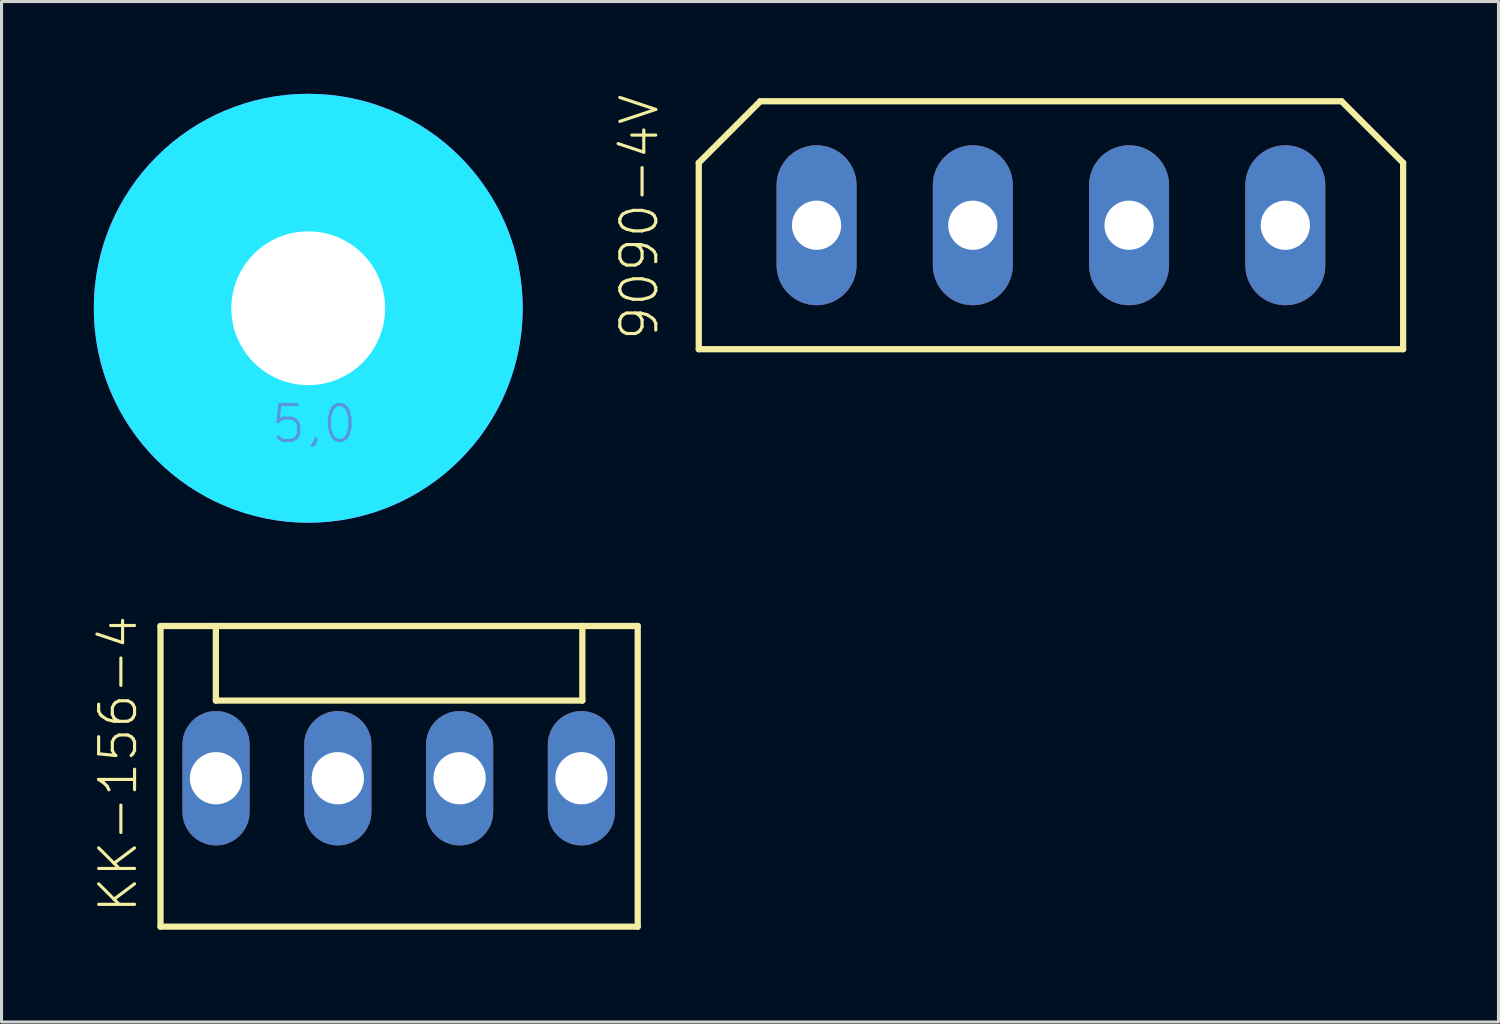
<source format=kicad_pcb>
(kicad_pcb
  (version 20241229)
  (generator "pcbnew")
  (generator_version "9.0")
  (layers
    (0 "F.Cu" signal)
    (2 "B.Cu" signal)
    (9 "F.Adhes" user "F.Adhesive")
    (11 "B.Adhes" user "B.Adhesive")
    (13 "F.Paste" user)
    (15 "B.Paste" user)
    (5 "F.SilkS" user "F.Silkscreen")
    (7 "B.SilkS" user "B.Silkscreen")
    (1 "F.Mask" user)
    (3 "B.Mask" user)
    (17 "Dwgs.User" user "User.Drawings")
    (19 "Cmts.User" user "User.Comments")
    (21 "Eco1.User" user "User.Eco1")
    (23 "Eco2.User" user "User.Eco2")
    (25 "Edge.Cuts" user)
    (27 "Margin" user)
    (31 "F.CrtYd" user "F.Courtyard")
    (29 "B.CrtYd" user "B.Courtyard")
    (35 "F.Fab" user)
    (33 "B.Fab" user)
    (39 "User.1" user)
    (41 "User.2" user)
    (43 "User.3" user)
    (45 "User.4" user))
  (footprint "9090-4V"
    (layer "F.Cu")
    (at 31.118 4.273)
    (property "Reference" "9090-4V" (at -12.7 3.81 90) (layer "F.SilkS") (effects (font (size 1.168 1.168) (thickness 0.102)) (justify left bottom)))
    (fp_line (start -11.45 -2.03) (end -9.45 -4.03) (stroke (width 0.203) (type solid)) (layer "F.SilkS"))
    (fp_line (start -11.45 4.03) (end -11.45 -2.03) (stroke (width 0.203) (type solid)) (layer "F.SilkS"))
    (fp_line (start -9.45 -4.03) (end 9.45 -4.03) (stroke (width 0.203) (type solid)) (layer "F.SilkS"))
    (fp_line (start 9.45 -4.03) (end 11.45 -2.03) (stroke (width 0.203) (type solid)) (layer "F.SilkS"))
    (fp_line (start 11.45 -2.03) (end 11.45 4.03) (stroke (width 0.203) (type solid)) (layer "F.SilkS"))
    (fp_line (start 11.45 4.03) (end -11.45 4.03) (stroke (width 0.203) (type solid)) (layer "F.SilkS"))
    (pad "1" thru_hole oval (at -7.62 0 90) (size 5.2 2.6) (drill 1.6) (layers "*.Cu" "*.Mask"))
    (pad "2" thru_hole oval (at -2.54 0 90) (size 5.2 2.6) (drill 1.6) (layers "*.Cu" "*.Mask"))
    (pad "3" thru_hole oval (at 2.54 0 90) (size 5.2 2.6) (drill 1.6) (layers "*.Cu" "*.Mask"))
    (pad "4" thru_hole oval (at 7.62 0 90) (size 5.2 2.6) (drill 1.6) (layers "*.Cu" "*.Mask")))
  (footprint "KK-156-4"
    (layer "F.Cu")
    (at 9.913 22.252)
    (property "Reference" "KK-156-4" (at -8.44 4.445 90) (layer "F.SilkS") (effects (font (size 1.168 1.168) (thickness 0.102)) (justify left bottom)))
    (fp_line (start -7.745 -4.95) (end -7.745 4.825) (stroke (width 0.203) (type solid)) (layer "F.SilkS"))
    (fp_line (start -7.745 4.825) (end 7.77 4.825) (stroke (width 0.203) (type solid)) (layer "F.SilkS"))
    (fp_line (start -5.945 -4.95) (end -7.745 -4.95) (stroke (width 0.203) (type solid)) (layer "F.SilkS"))
    (fp_line (start -5.945 -2.525) (end -5.945 -4.95) (stroke (width 0.203) (type solid)) (layer "F.SilkS"))
    (fp_line (start -5.945 -2.525) (end 5.97 -2.525) (stroke (width 0.203) (type solid)) (layer "F.SilkS"))
    (fp_line (start 5.97 -4.95) (end -5.945 -4.95) (stroke (width 0.203) (type solid)) (layer "F.SilkS"))
    (fp_line (start 5.97 -2.525) (end 5.97 -4.95) (stroke (width 0.203) (type solid)) (layer "F.SilkS"))
    (fp_line (start 7.77 -4.95) (end 5.97 -4.95) (stroke (width 0.203) (type solid)) (layer "F.SilkS"))
    (fp_line (start 7.77 4.825) (end 7.77 -4.95) (stroke (width 0.203) (type solid)) (layer "F.SilkS"))
    (pad "1" thru_hole oval (at -5.94 0 90) (size 4.369 2.184) (drill 1.7) (layers "*.Cu" "*.Mask"))
    (pad "2" thru_hole oval (at -1.98 0 90) (size 4.369 2.184) (drill 1.7) (layers "*.Cu" "*.Mask"))
    (pad "3" thru_hole oval (at 1.98 0 90) (size 4.369 2.184) (drill 1.7) (layers "*.Cu" "*.Mask"))
    (pad "4" thru_hole oval (at 5.94 0 90) (size 4.369 2.184) (drill 1.7) (layers "*.Cu" "*.Mask")))
  (footprint "5,0"
    (layer "F.Cu")
    (at 6.972 6.972)
    (property "Reference" "5,0" (at 0 0 0) (layer "F.SilkS") (effects (font (size 1.27 1.27) (thickness 0.15))))
    (fp_line (start -2.159 0) (end -4.445 0) (stroke (width 0.051) (type solid)) (layer "F.SilkS"))
    (fp_line (start 0 -4.445) (end 0 -2.159) (stroke (width 0.051) (type solid)) (layer "F.SilkS"))
    (fp_line (start 0 2.159) (end 0 4.445) (stroke (width 0.051) (type solid)) (layer "F.SilkS"))
    (fp_line (start 4.445 0) (end 2.159 0) (stroke (width 0.051) (type solid)) (layer "F.SilkS"))
    (fp_circle (center 0 0) (end 2.6 0) (stroke (width 0.152) (type solid)) (fill no) (layer "F.SilkS"))
    (fp_circle (center 0 0) (end 4.496 0) (stroke (width 0.152) (type solid)) (fill no) (layer "F.SilkS"))
    (fp_circle (center 0 0) (end 4.699 0) (stroke (width 4.547) (type solid)) (fill no) (layer "B.CrtYd"))
    (fp_circle (center 0 0) (end 4.699 0) (stroke (width 4.547) (type solid)) (fill no) (layer "F.CrtYd"))
    (fp_arc (start 0 -2.54) (mid 1.796051 -1.796051) (end 2.54 0) (stroke (width 3.9116) (type solid)) (layer "F.Fab"))
    (fp_arc (start 0 2.54) (mid -1.796051 1.796051) (end -2.54 0) (stroke (width 3.9116) (type solid)) (layer "F.Fab"))
    (fp_circle (center 0 0) (end 0.762 0) (stroke (width 0.457) (type solid)) (fill no) (layer "F.Fab"))
    (fp_text user "5,0" (at -1.27 4.445 0) (layer "Cmts.User") (effects (font (size 1.168 1.168) (thickness 0.102)) (justify left bottom)))
    (pad "" np_thru_hole circle (at 0 0) (size 5 5) (drill 5) (layers "*.Cu" "*.Mask"))
    (zone (net_name "") (layer "F.Cu") (hatch edge 0.5) (connect_pads) (min_thickness 0.25) (filled_areas_thickness no) (keepout (tracks not_allowed) (vias not_allowed) (pads not_allowed) (copperpour not_allowed) (footprints allowed)) (placement (enabled no)) (fill) (polygon (pts (xy 13.068 6.972) (xy 13.049 6.482) (xy 12.989 5.994) (xy 12.891 5.513) (xy 12.755 5.042) (xy 12.58 4.583) (xy 12.37 4.139) (xy 12.125 3.714) (xy 11.846 3.31) (xy 11.535 2.93) (xy 11.195 2.576) (xy 10.828 2.25) (xy 10.435 1.955) (xy 10.02 1.693) (xy 9.586 1.465) (xy 9.134 1.272) (xy 8.668 1.117) (xy 8.192 0.999) (xy 7.707 0.921) (xy 7.218 0.881) (xy 6.727 0.881) (xy 6.238 0.921) (xy 5.753 0.999) (xy 5.276 1.117) (xy 4.811 1.272) (xy 4.359 1.465) (xy 3.924 1.693) (xy 3.509 1.955) (xy 3.117 2.25) (xy 2.749 2.576) (xy 2.409 2.93) (xy 2.099 3.31) (xy 1.82 3.714) (xy 1.575 4.139) (xy 1.364 4.583) (xy 1.19 5.042) (xy 1.053 5.513) (xy 0.955 5.994) (xy 0.896 6.482) (xy 0.876 6.972) (xy 0.896 7.463) (xy 0.955 7.95) (xy 1.053 8.431) (xy 1.19 8.903) (xy 1.364 9.362) (xy 1.575 9.805) (xy 1.82 10.23) (xy 2.099 10.634) (xy 2.409 11.015) (xy 2.749 11.369) (xy 3.117 11.694) (xy 3.509 11.989) (xy 3.924 12.252) (xy 4.359 12.48) (xy 4.811 12.672) (xy 5.276 12.828) (xy 5.753 12.945) (xy 6.238 13.024) (xy 6.727 13.063) (xy 7.218 13.063) (xy 7.707 13.024) (xy 8.192 12.945) (xy 8.668 12.828) (xy 9.134 12.672) (xy 9.586 12.48) (xy 10.02 12.252) (xy 10.435 11.989) (xy 10.828 11.694) (xy 11.195 11.369) (xy 11.535 11.015) (xy 11.846 10.634) (xy 12.125 10.23) (xy 12.37 9.805) (xy 12.58 9.362) (xy 12.755 8.903) (xy 12.891 8.431) (xy 12.989 7.95) (xy 13.049 7.463))) (polygon (pts (xy 10.528 6.972) (xy 10.508 6.594) (xy 10.448 6.221) (xy 10.348 5.855) (xy 10.211 5.503) (xy 10.036 5.167) (xy 9.827 4.852) (xy 9.585 4.56) (xy 9.314 4.296) (xy 9.016 4.062) (xy 8.695 3.862) (xy 8.355 3.696) (xy 7.999 3.568) (xy 7.631 3.478) (xy 7.256 3.428) (xy 6.878 3.418) (xy 6.5 3.448) (xy 6.128 3.518) (xy 5.766 3.627) (xy 5.417 3.774) (xy 5.086 3.958) (xy 4.776 4.175) (xy 4.492 4.425) (xy 4.235 4.703) (xy 4.009 5.007) (xy 3.817 5.333) (xy 3.66 5.677) (xy 3.542 6.037) (xy 3.462 6.407) (xy 3.421 6.783) (xy 3.421 7.162) (xy 3.462 7.538) (xy 3.542 7.908) (xy 3.66 8.267) (xy 3.817 8.612) (xy 4.009 8.938) (xy 4.235 9.242) (xy 4.492 9.52) (xy 4.776 9.769) (xy 5.086 9.987) (xy 5.417 10.17) (xy 5.766 10.317) (xy 6.128 10.427) (xy 6.5 10.497) (xy 6.878 10.527) (xy 7.256 10.517) (xy 7.631 10.467) (xy 7.999 10.377) (xy 8.355 10.248) (xy 8.695 10.083) (xy 9.016 9.882) (xy 9.314 9.648) (xy 9.585 9.384) (xy 9.827 9.093) (xy 10.036 8.778) (xy 10.211 8.442) (xy 10.348 8.089) (xy 10.448 7.724) (xy 10.508 7.35))))
    (zone (net_name "") (layers "F.Cu" "B.Cu") (hatch edge 0.5) (connect_pads) (min_thickness 0.25) (filled_areas_thickness no) (keepout (tracks allowed) (vias not_allowed) (pads allowed) (copperpour allowed) (footprints allowed)) (placement (enabled no)) (fill) (polygon (pts (xy 13.068 6.972) (xy 13.049 6.482) (xy 12.989 5.994) (xy 12.891 5.513) (xy 12.755 5.042) (xy 12.58 4.583) (xy 12.37 4.139) (xy 12.125 3.714) (xy 11.846 3.31) (xy 11.535 2.93) (xy 11.195 2.576) (xy 10.828 2.25) (xy 10.435 1.955) (xy 10.02 1.693) (xy 9.586 1.465) (xy 9.134 1.272) (xy 8.668 1.117) (xy 8.192 0.999) (xy 7.707 0.921) (xy 7.218 0.881) (xy 6.727 0.881) (xy 6.238 0.921) (xy 5.753 0.999) (xy 5.276 1.117) (xy 4.811 1.272) (xy 4.359 1.465) (xy 3.924 1.693) (xy 3.509 1.955) (xy 3.117 2.25) (xy 2.749 2.576) (xy 2.409 2.93) (xy 2.099 3.31) (xy 1.82 3.714) (xy 1.575 4.139) (xy 1.364 4.583) (xy 1.19 5.042) (xy 1.053 5.513) (xy 0.955 5.994) (xy 0.896 6.482) (xy 0.876 6.972) (xy 0.896 7.463) (xy 0.955 7.95) (xy 1.053 8.431) (xy 1.19 8.903) (xy 1.364 9.362) (xy 1.575 9.805) (xy 1.82 10.23) (xy 2.099 10.634) (xy 2.409 11.015) (xy 2.749 11.369) (xy 3.117 11.694) (xy 3.509 11.989) (xy 3.924 12.252) (xy 4.359 12.48) (xy 4.811 12.672) (xy 5.276 12.828) (xy 5.753 12.945) (xy 6.238 13.024) (xy 6.727 13.063) (xy 7.218 13.063) (xy 7.707 13.024) (xy 8.192 12.945) (xy 8.668 12.828) (xy 9.134 12.672) (xy 9.586 12.48) (xy 10.02 12.252) (xy 10.435 11.989) (xy 10.828 11.694) (xy 11.195 11.369) (xy 11.535 11.015) (xy 11.846 10.634) (xy 12.125 10.23) (xy 12.37 9.805) (xy 12.58 9.362) (xy 12.755 8.903) (xy 12.891 8.431) (xy 12.989 7.95) (xy 13.049 7.463))) (polygon (pts (xy 10.528 6.972) (xy 10.508 6.594) (xy 10.448 6.221) (xy 10.348 5.855) (xy 10.211 5.503) (xy 10.036 5.167) (xy 9.827 4.852) (xy 9.585 4.56) (xy 9.314 4.296) (xy 9.016 4.062) (xy 8.695 3.862) (xy 8.355 3.696) (xy 7.999 3.568) (xy 7.631 3.478) (xy 7.256 3.428) (xy 6.878 3.418) (xy 6.5 3.448) (xy 6.128 3.518) (xy 5.766 3.627) (xy 5.417 3.774) (xy 5.086 3.958) (xy 4.776 4.175) (xy 4.492 4.425) (xy 4.235 4.703) (xy 4.009 5.007) (xy 3.817 5.333) (xy 3.66 5.677) (xy 3.542 6.037) (xy 3.462 6.407) (xy 3.421 6.783) (xy 3.421 7.162) (xy 3.462 7.538) (xy 3.542 7.908) (xy 3.66 8.267) (xy 3.817 8.612) (xy 4.009 8.938) (xy 4.235 9.242) (xy 4.492 9.52) (xy 4.776 9.769) (xy 5.086 9.987) (xy 5.417 10.17) (xy 5.766 10.317) (xy 6.128 10.427) (xy 6.5 10.497) (xy 6.878 10.527) (xy 7.256 10.517) (xy 7.631 10.467) (xy 7.999 10.377) (xy 8.355 10.248) (xy 8.695 10.083) (xy 9.016 9.882) (xy 9.314 9.648) (xy 9.585 9.384) (xy 9.827 9.093) (xy 10.036 8.778) (xy 10.211 8.442) (xy 10.348 8.089) (xy 10.448 7.724) (xy 10.508 7.35))))
    (zone (net_name "") (layer "B.Cu") (hatch edge 0.5) (connect_pads) (min_thickness 0.25) (filled_areas_thickness no) (keepout (tracks not_allowed) (vias not_allowed) (pads not_allowed) (copperpour not_allowed) (footprints allowed)) (placement (enabled no)) (fill) (polygon (pts (xy 13.068 6.972) (xy 13.049 6.482) (xy 12.989 5.994) (xy 12.891 5.513) (xy 12.755 5.042) (xy 12.58 4.583) (xy 12.37 4.139) (xy 12.125 3.714) (xy 11.846 3.31) (xy 11.535 2.93) (xy 11.195 2.576) (xy 10.828 2.25) (xy 10.435 1.955) (xy 10.02 1.693) (xy 9.586 1.465) (xy 9.134 1.272) (xy 8.668 1.117) (xy 8.192 0.999) (xy 7.707 0.921) (xy 7.218 0.881) (xy 6.727 0.881) (xy 6.238 0.921) (xy 5.753 0.999) (xy 5.276 1.117) (xy 4.811 1.272) (xy 4.359 1.465) (xy 3.924 1.693) (xy 3.509 1.955) (xy 3.117 2.25) (xy 2.749 2.576) (xy 2.409 2.93) (xy 2.099 3.31) (xy 1.82 3.714) (xy 1.575 4.139) (xy 1.364 4.583) (xy 1.19 5.042) (xy 1.053 5.513) (xy 0.955 5.994) (xy 0.896 6.482) (xy 0.876 6.972) (xy 0.896 7.463) (xy 0.955 7.95) (xy 1.053 8.431) (xy 1.19 8.903) (xy 1.364 9.362) (xy 1.575 9.805) (xy 1.82 10.23) (xy 2.099 10.634) (xy 2.409 11.015) (xy 2.749 11.369) (xy 3.117 11.694) (xy 3.509 11.989) (xy 3.924 12.252) (xy 4.359 12.48) (xy 4.811 12.672) (xy 5.276 12.828) (xy 5.753 12.945) (xy 6.238 13.024) (xy 6.727 13.063) (xy 7.218 13.063) (xy 7.707 13.024) (xy 8.192 12.945) (xy 8.668 12.828) (xy 9.134 12.672) (xy 9.586 12.48) (xy 10.02 12.252) (xy 10.435 11.989) (xy 10.828 11.694) (xy 11.195 11.369) (xy 11.535 11.015) (xy 11.846 10.634) (xy 12.125 10.23) (xy 12.37 9.805) (xy 12.58 9.362) (xy 12.755 8.903) (xy 12.891 8.431) (xy 12.989 7.95) (xy 13.049 7.463))) (polygon (pts (xy 10.528 6.972) (xy 10.508 6.594) (xy 10.448 6.221) (xy 10.348 5.855) (xy 10.211 5.503) (xy 10.036 5.167) (xy 9.827 4.852) (xy 9.585 4.56) (xy 9.314 4.296) (xy 9.016 4.062) (xy 8.695 3.862) (xy 8.355 3.696) (xy 7.999 3.568) (xy 7.631 3.478) (xy 7.256 3.428) (xy 6.878 3.418) (xy 6.5 3.448) (xy 6.128 3.518) (xy 5.766 3.627) (xy 5.417 3.774) (xy 5.086 3.958) (xy 4.776 4.175) (xy 4.492 4.425) (xy 4.235 4.703) (xy 4.009 5.007) (xy 3.817 5.333) (xy 3.66 5.677) (xy 3.542 6.037) (xy 3.462 6.407) (xy 3.421 6.783) (xy 3.421 7.162) (xy 3.462 7.538) (xy 3.542 7.908) (xy 3.66 8.267) (xy 3.817 8.612) (xy 4.009 8.938) (xy 4.235 9.242) (xy 4.492 9.52) (xy 4.776 9.769) (xy 5.086 9.987) (xy 5.417 10.17) (xy 5.766 10.317) (xy 6.128 10.427) (xy 6.5 10.497) (xy 6.878 10.527) (xy 7.256 10.517) (xy 7.631 10.467) (xy 7.999 10.377) (xy 8.355 10.248) (xy 8.695 10.083) (xy 9.016 9.882) (xy 9.314 9.648) (xy 9.585 9.384) (xy 9.827 9.093) (xy 10.036 8.778) (xy 10.211 8.442) (xy 10.348 8.089) (xy 10.448 7.724) (xy 10.508 7.35)))))
  (gr_rect
    (start -3 -3)
    (end 45.669 30.178)
    (stroke (width 0.1) (type default))
    (fill no)
    (layer "Edge.Cuts")))
</source>
